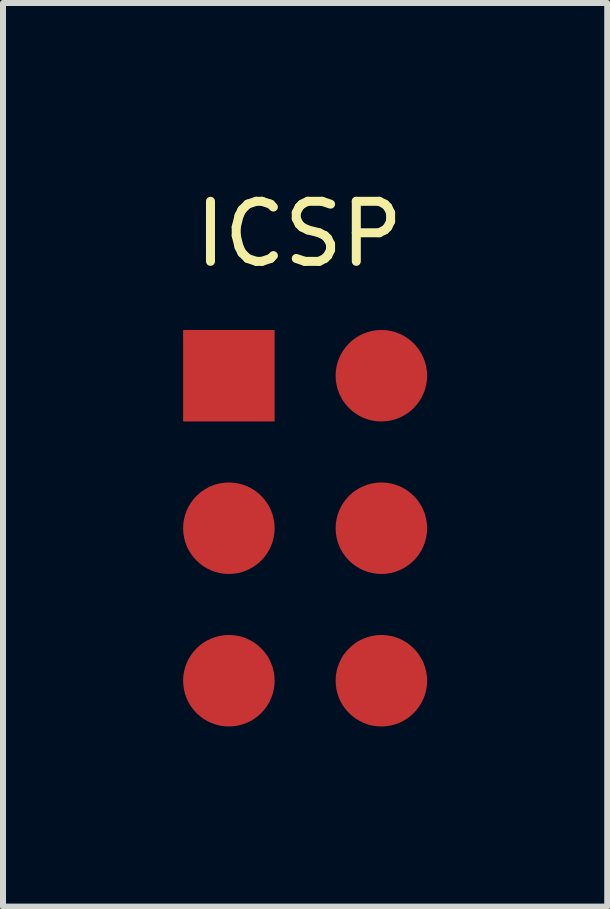
<source format=kicad_pcb>
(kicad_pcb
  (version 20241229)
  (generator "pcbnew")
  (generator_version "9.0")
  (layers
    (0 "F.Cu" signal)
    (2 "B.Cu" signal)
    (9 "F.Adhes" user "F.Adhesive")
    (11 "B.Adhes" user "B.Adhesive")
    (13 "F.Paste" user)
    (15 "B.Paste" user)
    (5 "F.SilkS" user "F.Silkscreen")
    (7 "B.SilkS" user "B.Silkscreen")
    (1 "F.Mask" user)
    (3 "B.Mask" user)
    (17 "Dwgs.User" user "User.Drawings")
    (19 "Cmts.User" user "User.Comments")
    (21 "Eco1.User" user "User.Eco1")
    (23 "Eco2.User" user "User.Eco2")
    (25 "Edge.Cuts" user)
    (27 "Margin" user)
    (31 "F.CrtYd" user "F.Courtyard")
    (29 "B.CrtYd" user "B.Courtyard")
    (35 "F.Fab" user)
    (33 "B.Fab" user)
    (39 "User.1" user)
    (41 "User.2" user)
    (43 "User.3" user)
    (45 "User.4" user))
  (footprint "ICSP"
    (layer "F.Cu")
    (at 2.032 5.748)
    (property "Reference" "ICSP" (at -0.1 -4.9 0) (layer "F.SilkS") (effects (font (size 1 1) (thickness 0.15))))
    (attr through_hole)
    (pad "1" smd rect (at -1.27 -2.54) (size 1.524 1.524) (layers "F.Cu" "F.Mask" "F.Paste"))
    (pad "2" smd circle (at 1.27 -2.54) (size 1.524 1.524) (layers "F.Cu" "F.Mask" "F.Paste"))
    (pad "3" smd circle (at -1.27 0) (size 1.524 1.524) (layers "F.Cu" "F.Mask" "F.Paste"))
    (pad "4" smd circle (at 1.27 0) (size 1.524 1.524) (layers "F.Cu" "F.Mask" "F.Paste"))
    (pad "5" smd circle (at -1.27 2.54) (size 1.524 1.524) (layers "F.Cu" "F.Mask" "F.Paste"))
    (pad "6" smd circle (at 1.27 2.54) (size 1.524 1.524) (layers "F.Cu" "F.Mask" "F.Paste")))
  (gr_rect
    (start -3 -3)
    (end 7.064 12.05)
    (stroke (width 0.1) (type default))
    (fill no)
    (layer "Edge.Cuts")))
</source>
